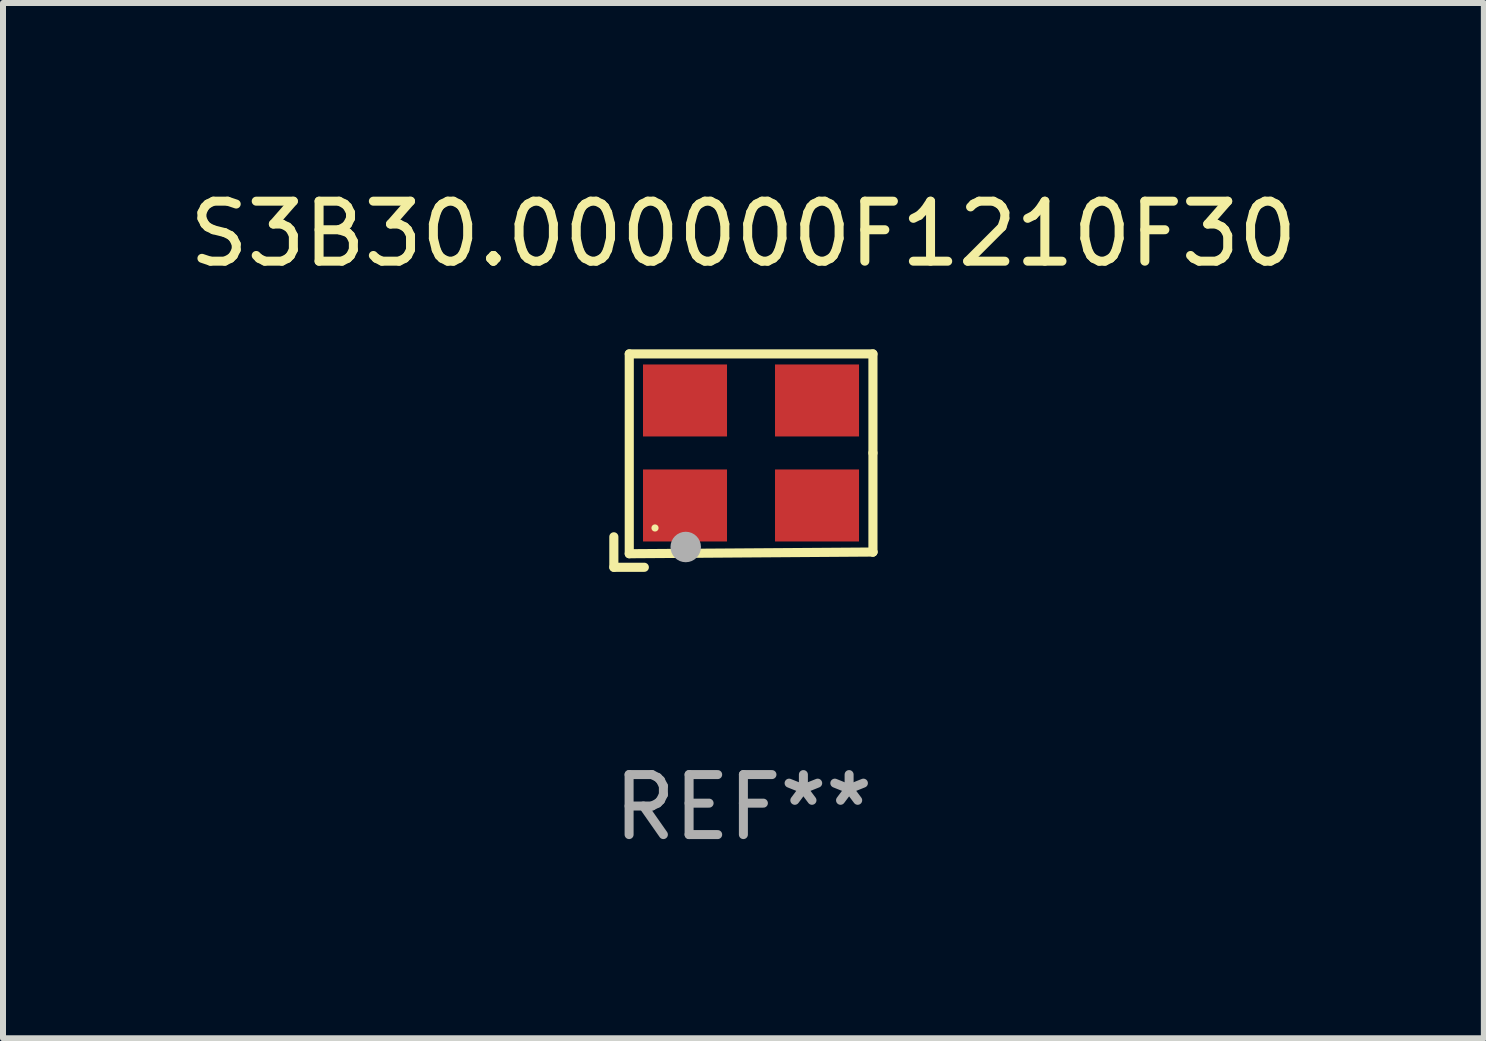
<source format=kicad_pcb>
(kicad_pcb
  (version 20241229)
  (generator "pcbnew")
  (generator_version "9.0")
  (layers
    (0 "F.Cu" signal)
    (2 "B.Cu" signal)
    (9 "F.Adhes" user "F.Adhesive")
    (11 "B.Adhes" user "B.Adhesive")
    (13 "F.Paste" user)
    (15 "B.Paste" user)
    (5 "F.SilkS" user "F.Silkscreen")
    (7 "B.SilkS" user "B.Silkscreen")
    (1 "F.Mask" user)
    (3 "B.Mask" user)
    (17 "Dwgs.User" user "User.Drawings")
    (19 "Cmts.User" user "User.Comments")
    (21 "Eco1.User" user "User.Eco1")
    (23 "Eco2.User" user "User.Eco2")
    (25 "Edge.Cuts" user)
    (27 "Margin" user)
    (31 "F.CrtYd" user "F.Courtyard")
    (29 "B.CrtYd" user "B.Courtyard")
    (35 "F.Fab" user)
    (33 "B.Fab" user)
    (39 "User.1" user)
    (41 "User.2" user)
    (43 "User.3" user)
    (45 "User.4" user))
  (footprint "S3B30.000000F1210F30"
    (layer "F.Cu")
    (at 9.339 4.626)
    (property "Reference" "S3B30.000000F1210F30" (at 0 -3.778 0) (layer "F.SilkS") (effects (font (size 1 1) (thickness 0.15))))
    (attr through_hole)
    (fp_line (start -2.159 1.27) (end -2.159 1.778) (stroke (width 0.152) (type solid)) (layer "F.SilkS"))
    (fp_line (start -2.159 1.778) (end -1.651 1.778) (stroke (width 0.152) (type solid)) (layer "F.SilkS"))
    (fp_line (start -1.902 -1.778) (end 2.159 -1.778) (stroke (width 0.152) (type solid)) (layer "F.SilkS"))
    (fp_line (start -1.902 1.552) (end -1.902 -1.778) (stroke (width 0.152) (type solid)) (layer "F.SilkS"))
    (fp_line (start 2.159 -1.778) (end 2.159 -0.127) (stroke (width 0.152) (type solid)) (layer "F.SilkS"))
    (fp_line (start 2.159 -0.127) (end 2.159 1.524) (stroke (width 0.152) (type solid)) (layer "F.SilkS"))
    (fp_line (start 2.159 1.524) (end -1.902 1.552) (stroke (width 0.152) (type solid)) (layer "F.SilkS"))
    (fp_line (start 2.159 1.524) (end 2.159 1.524) (stroke (width 0.152) (type solid)) (layer "F.SilkS"))
    (fp_circle (center -1.473 1.123) (end -1.443 1.123) (stroke (width 0.06) (type solid)) (fill no) (layer "F.SilkS"))
    (fp_circle (center -0.961 1.44) (end -0.834 1.44) (stroke (width 0.254) (type solid)) (fill no) (layer "F.Fab"))
    (fp_text user "REF**" (at 0 5.778 0) (layer "F.Fab") (effects (font (size 1 1) (thickness 0.15))))
    (pad "1" smd rect (at -0.973 0.748) (size 1.4 1.2) (layers "F.Cu" "F.Mask" "F.Paste"))
    (pad "2" smd rect (at 1.227 0.748) (size 1.4 1.2) (layers "F.Cu" "F.Mask" "F.Paste"))
    (pad "3" smd rect (at 1.227 -1.002) (size 1.4 1.2) (layers "F.Cu" "F.Mask" "F.Paste"))
    (pad "4" smd rect (at -0.973 -1.002) (size 1.4 1.2) (layers "F.Cu" "F.Mask" "F.Paste")))
  (gr_rect
    (start -3 -3)
    (end 21.679 14.253)
    (stroke (width 0.1) (type default))
    (fill no)
    (layer "Edge.Cuts")))
</source>
